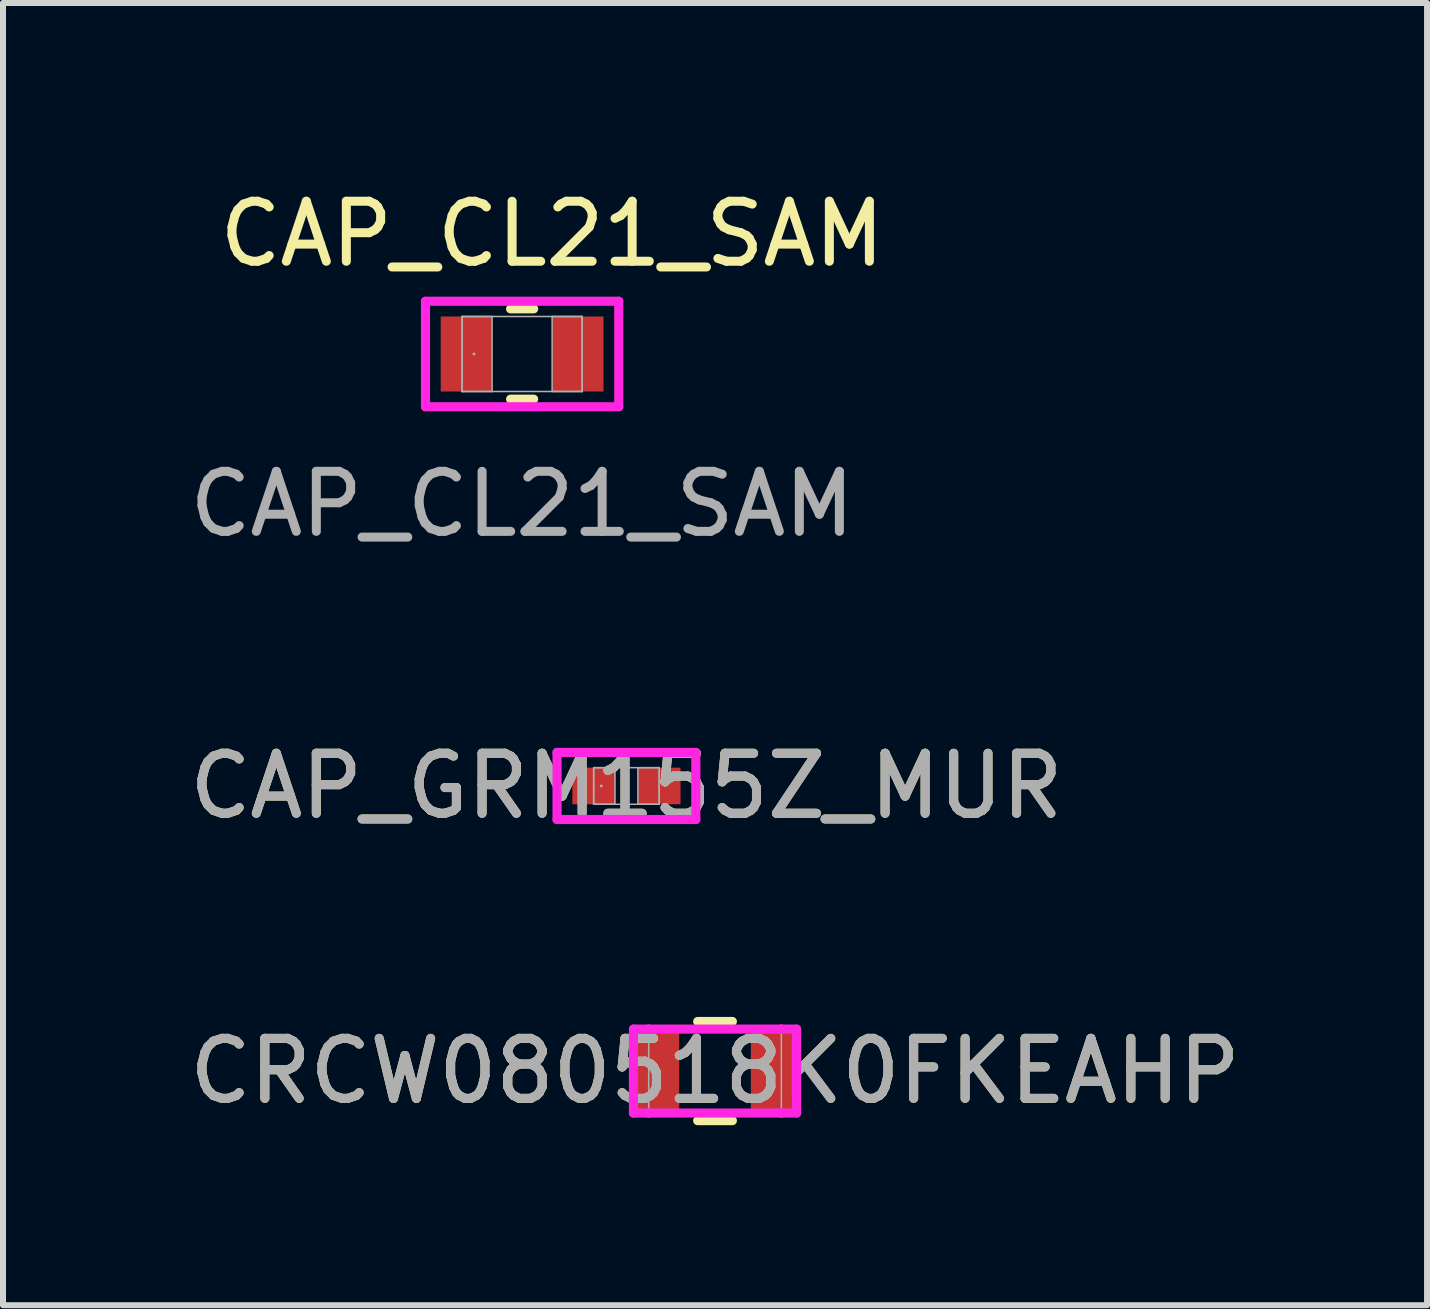
<source format=kicad_pcb>
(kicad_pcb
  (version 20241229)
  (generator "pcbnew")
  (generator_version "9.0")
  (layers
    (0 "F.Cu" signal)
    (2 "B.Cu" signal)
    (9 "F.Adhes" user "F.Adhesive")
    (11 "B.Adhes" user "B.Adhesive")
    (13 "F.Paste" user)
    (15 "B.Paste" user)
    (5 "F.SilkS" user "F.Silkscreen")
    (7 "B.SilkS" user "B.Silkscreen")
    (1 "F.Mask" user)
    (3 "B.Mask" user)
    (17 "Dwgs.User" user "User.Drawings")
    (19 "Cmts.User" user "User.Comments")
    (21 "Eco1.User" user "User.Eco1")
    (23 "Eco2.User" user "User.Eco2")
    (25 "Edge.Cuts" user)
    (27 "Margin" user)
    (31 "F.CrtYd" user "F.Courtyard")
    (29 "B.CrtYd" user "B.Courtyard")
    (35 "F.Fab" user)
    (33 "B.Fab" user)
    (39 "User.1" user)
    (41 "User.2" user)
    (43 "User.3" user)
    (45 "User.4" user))
  (footprint "CAP_CL21_SAM"
    (layer "F.Cu")
    (at 5.649 2.848)
    (property "Reference" "CAP_CL21_SAM" (at 0.5 -2 0) (unlocked yes) (layer "F.SilkS") (effects (font (size 1 1) (thickness 0.15))))
    (attr smd)
    (fp_line (start -0.192 0.752) (end 0.192 0.752) (stroke (width 0.152) (type solid)) (layer "F.SilkS"))
    (fp_line (start 0.192 -0.752) (end -0.192 -0.752) (stroke (width 0.152) (type solid)) (layer "F.SilkS"))
    (fp_line (start -1.61 -0.879) (end 1.61 -0.879) (stroke (width 0.152) (type solid)) (layer "F.CrtYd"))
    (fp_line (start -1.61 0.879) (end -1.61 -0.879) (stroke (width 0.152) (type solid)) (layer "F.CrtYd"))
    (fp_line (start 1.61 -0.879) (end 1.61 0.879) (stroke (width 0.152) (type solid)) (layer "F.CrtYd"))
    (fp_line (start 1.61 0.879) (end -1.61 0.879) (stroke (width 0.152) (type solid)) (layer "F.CrtYd"))
    (fp_line (start -1 -0.625) (end -1 0.625) (stroke (width 0.025) (type solid)) (layer "F.Fab"))
    (fp_line (start -1 -0.625) (end -1 0.625) (stroke (width 0.025) (type solid)) (layer "F.Fab"))
    (fp_line (start -1 0.625) (end -0.5 0.625) (stroke (width 0.025) (type solid)) (layer "F.Fab"))
    (fp_line (start -1 0.625) (end 1 0.625) (stroke (width 0.025) (type solid)) (layer "F.Fab"))
    (fp_line (start -0.5 -0.625) (end -1 -0.625) (stroke (width 0.025) (type solid)) (layer "F.Fab"))
    (fp_line (start -0.5 0.625) (end -0.5 -0.625) (stroke (width 0.025) (type solid)) (layer "F.Fab"))
    (fp_line (start 0.5 -0.625) (end 0.5 0.625) (stroke (width 0.025) (type solid)) (layer "F.Fab"))
    (fp_line (start 0.5 0.625) (end 1 0.625) (stroke (width 0.025) (type solid)) (layer "F.Fab"))
    (fp_line (start 1 -0.625) (end -1 -0.625) (stroke (width 0.025) (type solid)) (layer "F.Fab"))
    (fp_line (start 1 -0.625) (end 0.5 -0.625) (stroke (width 0.025) (type solid)) (layer "F.Fab"))
    (fp_line (start 1 0.625) (end 1 -0.625) (stroke (width 0.025) (type solid)) (layer "F.Fab"))
    (fp_line (start 1 0.625) (end 1 -0.625) (stroke (width 0.025) (type solid)) (layer "F.Fab"))
    (fp_circle (center -0.801 0) (end -0.801 0) (stroke (width 0.025) (type solid)) (fill no) (layer "F.Fab"))
    (fp_text user "${REFERENCE}" (at 0 2.5 0) (unlocked yes) (layer "F.Fab") (effects (font (size 1 1) (thickness 0.15))))
    (pad "1" smd rect (at -0.928 0) (size 0.856 1.25) (layers "F.Cu" "F.Mask" "F.Paste"))
    (pad "2" smd rect (at 0.928 0) (size 0.856 1.25) (layers "F.Cu" "F.Mask" "F.Paste"))
    (zone (net_name "") (layer "F.Cu") (hatch full 0.508) (connect_pads) (min_thickness 0.254) (filled_areas_thickness no) (keepout (tracks not_allowed) (vias not_allowed) (pads allowed) (copperpour not_allowed) (footprints allowed)) (placement (enabled no)) (fill) (polygon (pts (xy 5.2 2.274) (xy 6.098 2.274) (xy 6.098 3.422) (xy 5.2 3.422)))))
  (footprint "CAP_GRM155Z_MUR"
    (layer "F.Cu")
    (at 7.387 10.045)
    (property "Reference" "CAP_GRM155Z_MUR" (at 0 0 0) (unlocked yes) (layer "F.SilkS") (effects (font (size 1 1) (thickness 0.15))))
    (attr smd)
    (fp_line (start -1.156 -0.559) (end 1.156 -0.559) (stroke (width 0.152) (type solid)) (layer "F.CrtYd"))
    (fp_line (start -1.156 0.559) (end -1.156 -0.559) (stroke (width 0.152) (type solid)) (layer "F.CrtYd"))
    (fp_line (start 1.156 -0.559) (end 1.156 0.559) (stroke (width 0.152) (type solid)) (layer "F.CrtYd"))
    (fp_line (start 1.156 0.559) (end -1.156 0.559) (stroke (width 0.152) (type solid)) (layer "F.CrtYd"))
    (fp_line (start -0.546 -0.305) (end -0.546 0.305) (stroke (width 0.025) (type solid)) (layer "F.Fab"))
    (fp_line (start -0.546 -0.305) (end -0.546 0.305) (stroke (width 0.025) (type solid)) (layer "F.Fab"))
    (fp_line (start -0.546 0.305) (end -0.191 0.305) (stroke (width 0.025) (type solid)) (layer "F.Fab"))
    (fp_line (start -0.546 0.305) (end 0.546 0.305) (stroke (width 0.025) (type solid)) (layer "F.Fab"))
    (fp_line (start -0.191 -0.305) (end -0.546 -0.305) (stroke (width 0.025) (type solid)) (layer "F.Fab"))
    (fp_line (start -0.191 0.305) (end -0.191 -0.305) (stroke (width 0.025) (type solid)) (layer "F.Fab"))
    (fp_line (start 0.191 -0.305) (end 0.191 0.305) (stroke (width 0.025) (type solid)) (layer "F.Fab"))
    (fp_line (start 0.191 0.305) (end 0.546 0.305) (stroke (width 0.025) (type solid)) (layer "F.Fab"))
    (fp_line (start 0.546 -0.305) (end -0.546 -0.305) (stroke (width 0.025) (type solid)) (layer "F.Fab"))
    (fp_line (start 0.546 -0.305) (end 0.191 -0.305) (stroke (width 0.025) (type solid)) (layer "F.Fab"))
    (fp_line (start 0.546 0.305) (end 0.546 -0.305) (stroke (width 0.025) (type solid)) (layer "F.Fab"))
    (fp_line (start 0.546 0.305) (end 0.546 -0.305) (stroke (width 0.025) (type solid)) (layer "F.Fab"))
    (fp_circle (center -0.419 0) (end -0.419 0) (stroke (width 0.025) (type solid)) (fill no) (layer "F.Fab"))
    (fp_text user "${REFERENCE}" (at 0 0 0) (unlocked yes) (layer "F.Fab") (effects (font (size 1 1) (thickness 0.15))))
    (pad "1" smd rect (at -0.546 0) (size 0.711 0.61) (layers "F.Cu" "F.Mask" "F.Paste"))
    (pad "2" smd rect (at 0.546 0) (size 0.711 0.61) (layers "F.Cu" "F.Mask" "F.Paste"))
    (zone (net_name "") (layer "F.Cu") (hatch full 0.508) (connect_pads) (min_thickness 0.254) (filled_areas_thickness no) (keepout (tracks not_allowed) (vias not_allowed) (pads allowed) (copperpour not_allowed) (footprints allowed)) (placement (enabled no)) (fill) (polygon (pts (xy 7.247 9.791) (xy 7.527 9.791) (xy 7.527 10.299) (xy 7.247 10.299)))))
  (footprint "CRCW080518K0FKEAHP"
    (layer "F.Cu")
    (at 8.863 14.795)
    (property "Reference" "CRCW080518K0FKEAHP" (at 0 0 0) (unlocked yes) (layer "F.SilkS") (effects (font (size 1 1) (thickness 0.15))))
    (attr smd)
    (fp_line (start -0.289 0.826) (end 0.289 0.826) (stroke (width 0.152) (type solid)) (layer "F.SilkS"))
    (fp_line (start 0.289 -0.826) (end -0.289 -0.826) (stroke (width 0.152) (type solid)) (layer "F.SilkS"))
    (fp_line (start -1.359 -0.699) (end -1.105 -0.699) (stroke (width 0.152) (type solid)) (layer "F.CrtYd"))
    (fp_line (start -1.359 0.699) (end -1.359 -0.699) (stroke (width 0.152) (type solid)) (layer "F.CrtYd"))
    (fp_line (start -1.105 -0.699) (end -1.105 -0.699) (stroke (width 0.152) (type solid)) (layer "F.CrtYd"))
    (fp_line (start -1.105 -0.699) (end 1.105 -0.699) (stroke (width 0.152) (type solid)) (layer "F.CrtYd"))
    (fp_line (start -1.105 0.699) (end -1.359 0.699) (stroke (width 0.152) (type solid)) (layer "F.CrtYd"))
    (fp_line (start -1.105 0.699) (end -1.105 0.699) (stroke (width 0.152) (type solid)) (layer "F.CrtYd"))
    (fp_line (start 1.105 -0.699) (end 1.105 -0.699) (stroke (width 0.152) (type solid)) (layer "F.CrtYd"))
    (fp_line (start 1.105 -0.699) (end 1.359 -0.699) (stroke (width 0.152) (type solid)) (layer "F.CrtYd"))
    (fp_line (start 1.105 0.699) (end -1.105 0.699) (stroke (width 0.152) (type solid)) (layer "F.CrtYd"))
    (fp_line (start 1.105 0.699) (end 1.105 0.699) (stroke (width 0.152) (type solid)) (layer "F.CrtYd"))
    (fp_line (start 1.359 -0.699) (end 1.359 0.699) (stroke (width 0.152) (type solid)) (layer "F.CrtYd"))
    (fp_line (start 1.359 0.699) (end 1.105 0.699) (stroke (width 0.152) (type solid)) (layer "F.CrtYd"))
    (fp_line (start -1.105 -0.699) (end -1.105 0.699) (stroke (width 0.025) (type solid)) (layer "F.Fab"))
    (fp_line (start -1.105 0.699) (end 1.105 0.699) (stroke (width 0.025) (type solid)) (layer "F.Fab"))
    (fp_line (start 1.105 -0.699) (end -1.105 -0.699) (stroke (width 0.025) (type solid)) (layer "F.Fab"))
    (fp_line (start 1.105 0.699) (end 1.105 -0.699) (stroke (width 0.025) (type solid)) (layer "F.Fab"))
    (fp_text user "${REFERENCE}" (at 0 0 0) (unlocked yes) (layer "F.Fab") (effects (font (size 1 1) (thickness 0.15))))
    (pad "1" smd rect (at -0.978 0 90) (size 1.397 0.762) (layers "F.Cu" "F.Mask" "F.Paste"))
    (pad "2" smd rect (at 0.978 0 90) (size 1.397 0.762) (layers "F.Cu" "F.Mask" "F.Paste"))
    (zone (net_name "") (layer "F.Cu") (hatch full 0.508) (connect_pads) (min_thickness 0.254) (filled_areas_thickness no) (keepout (tracks not_allowed) (vias not_allowed) (pads allowed) (copperpour not_allowed) (footprints allowed)) (placement (enabled no)) (fill) (polygon (pts (xy 7.809 14.147) (xy 9.917 14.147) (xy 9.917 14.045) (xy 7.809 14.045))))
    (zone (net_name "") (layer "F.Cu") (hatch full 0.508) (connect_pads) (min_thickness 0.254) (filled_areas_thickness no) (keepout (tracks not_allowed) (vias not_allowed) (pads allowed) (copperpour not_allowed) (footprints allowed)) (placement (enabled no)) (fill) (polygon (pts (xy 7.809 15.544) (xy 9.917 15.544) (xy 9.917 15.442) (xy 7.809 15.442))))
    (zone (net_name "") (layer "F.Cu") (hatch full 0.508) (connect_pads) (min_thickness 0.254) (filled_areas_thickness no) (keepout (tracks not_allowed) (vias not_allowed) (pads allowed) (copperpour not_allowed) (footprints allowed)) (placement (enabled no)) (fill) (polygon (pts (xy 8.317 14.045) (xy 9.409 14.045) (xy 9.409 15.544) (xy 8.317 15.544)))))
  (gr_rect
    (start -3 -3)
    (end 20.726 18.696)
    (stroke (width 0.1) (type default))
    (fill no)
    (layer "Edge.Cuts")))
</source>
